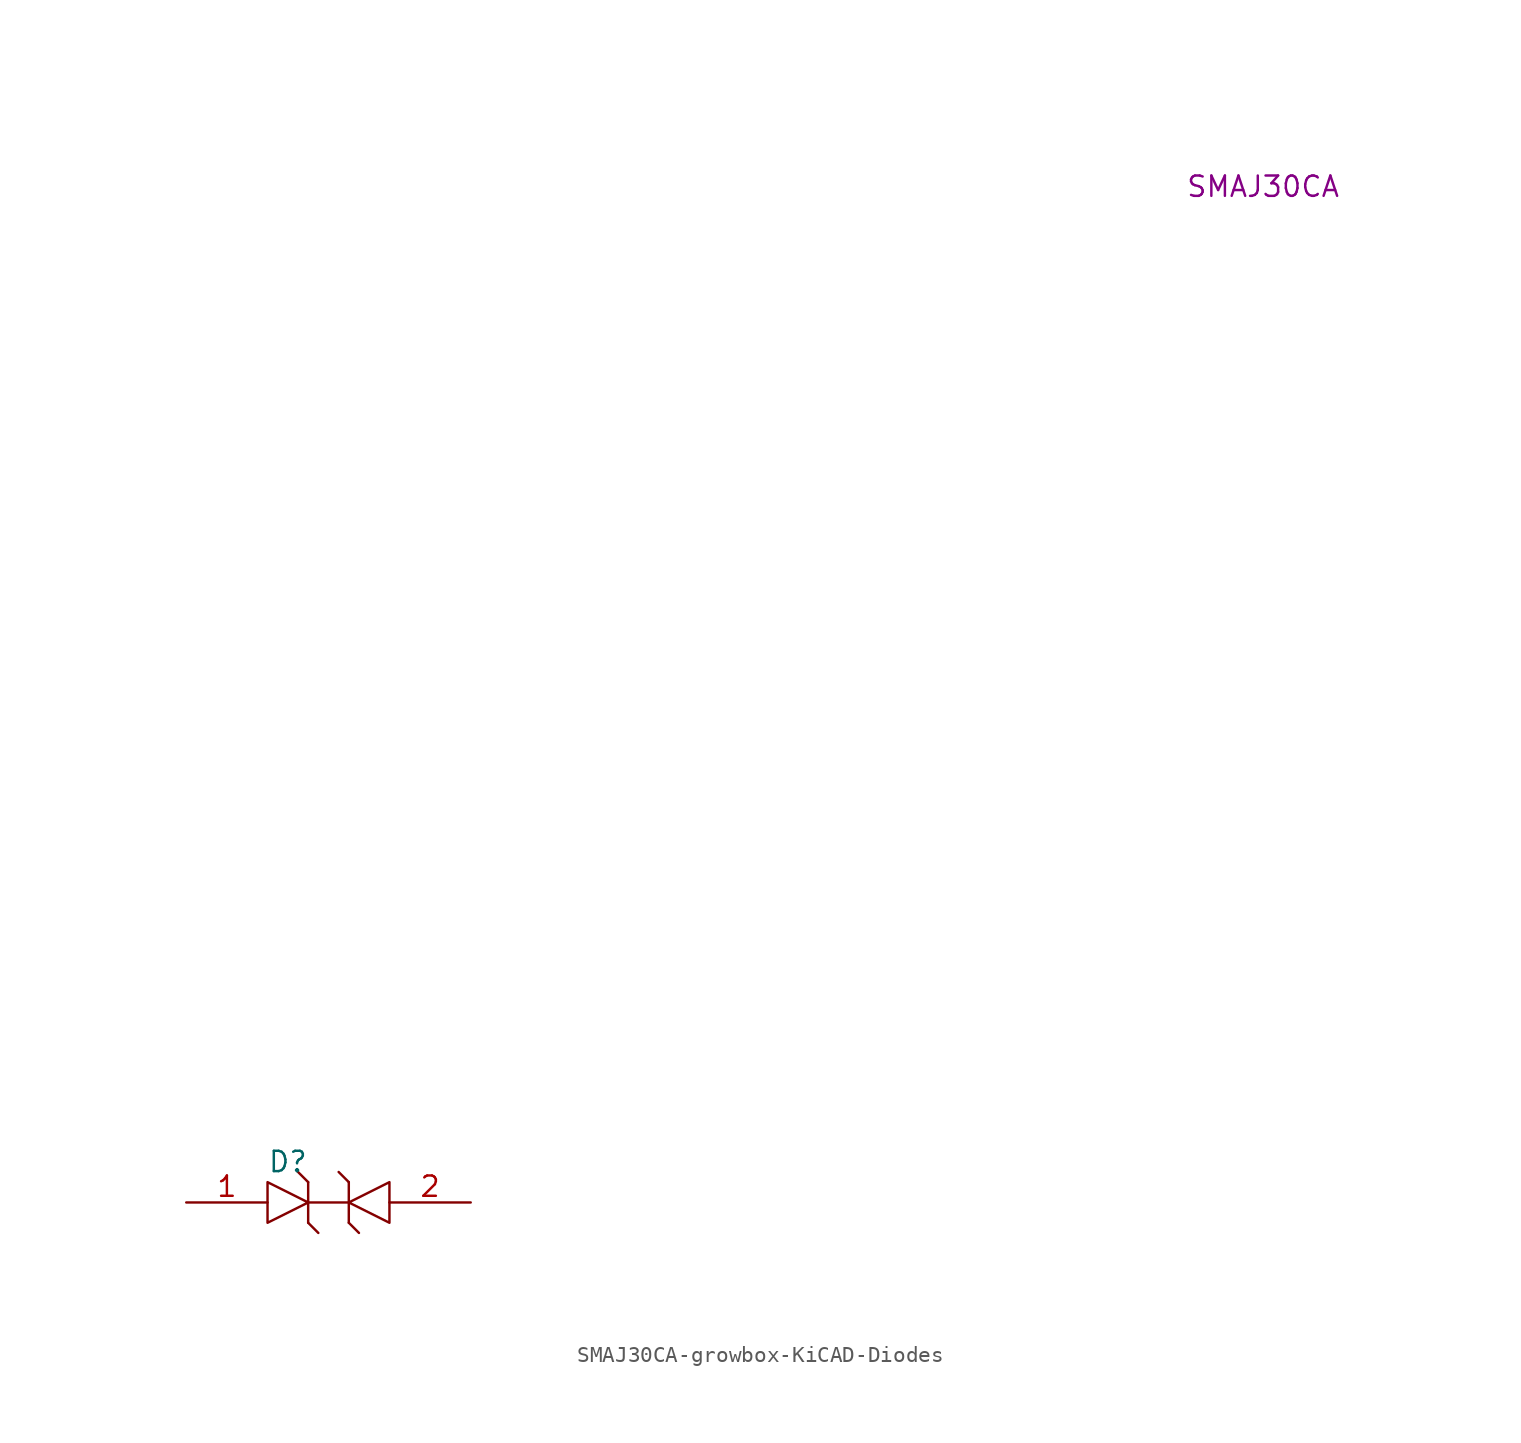
<source format=kicad_sym>
(kicad_symbol_lib
  (version 20231120)
  (generator "kicad_symbol_editor")
  (generator_version "8.0")
  (symbol "SMAJ30CA-growbox-KiCAD-Diodes"
    (pin_names
      (offset 1.016))
    (property "Reference" "D"
      (at -2.54 2.54 0)
      (effects (font (size 1.27 1.27))))
    (property "_Value_" "SMAJ30CA"
      (at 58.42 63.5 0)
      (effects (font (size 1.27 1.27))))
    (symbol "SMAJ30CA-growbox-KiCAD-Diodes_0_1"
      (polyline (pts (xy 1.27 0) (xy -1.27 0)) (stroke (width 0) (type solid)) (fill (type none))))
    (symbol "SMAJ30CA-growbox-KiCAD-Diodes_1_1"
      (polyline (pts (xy -1.27 -1.27) (xy -1.27 1.27)) (stroke (width 0) (type solid)) (fill (type none)))
      (polyline (pts (xy -1.27 -1.27) (xy -0.635 -1.905)) (stroke (width 0) (type solid)) (fill (type none)))
      (polyline (pts (xy -1.27 1.27) (xy -1.905 1.905)) (stroke (width 0) (type solid)) (fill (type none)))
      (polyline (pts (xy 1.27 -1.27) (xy 1.905 -1.905)) (stroke (width 0) (type solid)) (fill (type none)))
      (polyline (pts (xy 1.27 1.27) (xy 0.635 1.905)) (stroke (width 0) (type solid)) (fill (type none)))
      (polyline (pts (xy 1.27 1.27) (xy 1.27 -1.27)) (stroke (width 0) (type solid)) (fill (type none)))
      (polyline (pts (xy -3.81 1.27) (xy -3.81 -1.27) (xy -1.27 0) (xy -3.81 1.27)) (stroke (width 0) (type solid)) (fill (type none)))
      (polyline (pts (xy 3.81 -1.27) (xy 3.81 1.27) (xy 1.27 0) (xy 3.81 -1.27)) (stroke (width 0) (type solid)) (fill (type none)))
      (pin passive line (at -8.89 0 0) (length 5.08) (name "~" (effects (font (size 1.27 1.27)))) (number "1" (effects (font (size 1.27 1.27)))))
      (pin passive line (at 8.89 0 180) (length 5.08) (name "~" (effects (font (size 1.27 1.27)))) (number "2" (effects (font (size 1.27 1.27))))))))
</source>
